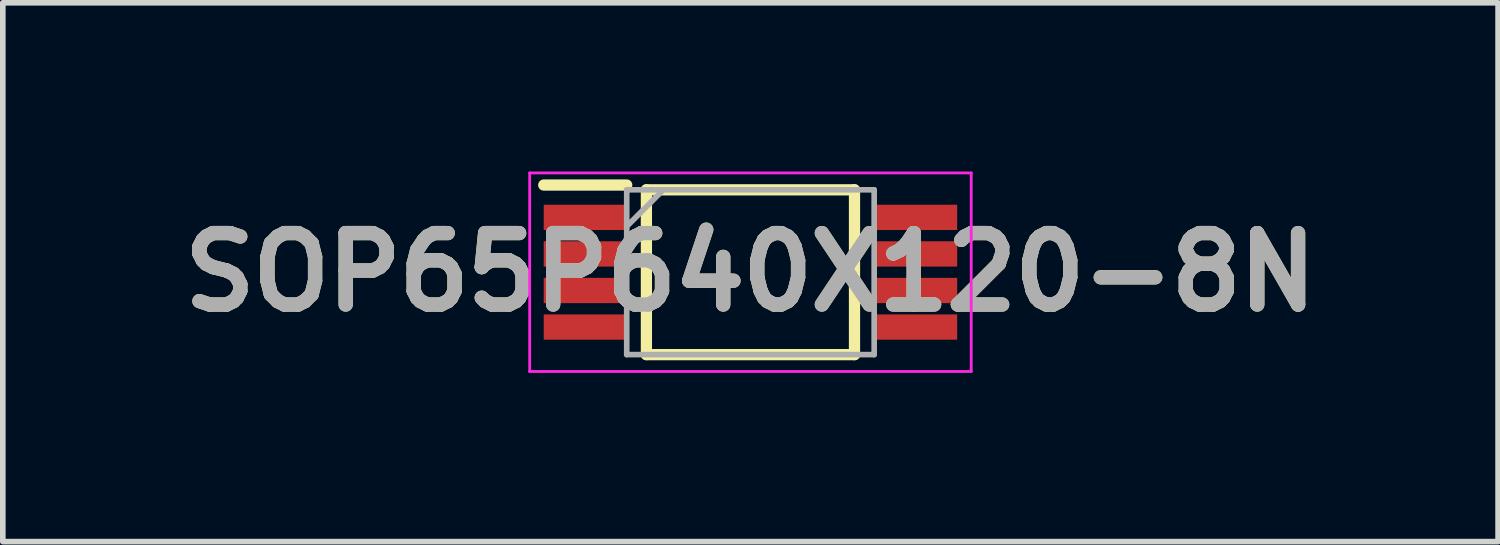
<source format=kicad_pcb>
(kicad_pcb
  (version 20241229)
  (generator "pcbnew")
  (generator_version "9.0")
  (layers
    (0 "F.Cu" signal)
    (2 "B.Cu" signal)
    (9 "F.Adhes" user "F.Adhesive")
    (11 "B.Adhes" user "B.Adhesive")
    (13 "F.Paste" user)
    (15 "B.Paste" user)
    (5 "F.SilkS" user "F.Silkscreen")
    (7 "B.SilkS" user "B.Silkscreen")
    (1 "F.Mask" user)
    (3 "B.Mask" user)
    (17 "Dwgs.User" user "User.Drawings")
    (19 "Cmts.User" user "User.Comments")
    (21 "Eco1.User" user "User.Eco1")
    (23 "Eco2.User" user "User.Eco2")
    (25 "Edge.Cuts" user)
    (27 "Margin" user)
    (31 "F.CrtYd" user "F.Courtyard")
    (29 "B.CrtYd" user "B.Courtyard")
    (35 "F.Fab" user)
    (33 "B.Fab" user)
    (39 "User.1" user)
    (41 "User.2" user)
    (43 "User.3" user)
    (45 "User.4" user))
  (footprint "SOP65P640X120-8N"
    (layer "F.Cu")
    (at 10.293 1.79)
    (property "Reference" "SOP65P640X120-8N" (at 0 0 0) (layer "F.SilkS") (effects (font (size 1.27 1.27) (thickness 0.254))))
    (attr smd)
    (fp_line (start -3.675 -1.55) (end -2.2 -1.55) (stroke (width 0.2) (type solid)) (layer "F.SilkS"))
    (fp_line (start -1.85 -1.465) (end 1.85 -1.465) (stroke (width 0.2) (type solid)) (layer "F.SilkS"))
    (fp_line (start -1.85 1.465) (end -1.85 -1.465) (stroke (width 0.2) (type solid)) (layer "F.SilkS"))
    (fp_line (start 1.85 -1.465) (end 1.85 1.465) (stroke (width 0.2) (type solid)) (layer "F.SilkS"))
    (fp_line (start 1.85 1.465) (end -1.85 1.465) (stroke (width 0.2) (type solid)) (layer "F.SilkS"))
    (fp_line (start -3.925 -1.765) (end 3.925 -1.765) (stroke (width 0.05) (type solid)) (layer "F.CrtYd"))
    (fp_line (start -3.925 1.765) (end -3.925 -1.765) (stroke (width 0.05) (type solid)) (layer "F.CrtYd"))
    (fp_line (start 3.925 -1.765) (end 3.925 1.765) (stroke (width 0.05) (type solid)) (layer "F.CrtYd"))
    (fp_line (start 3.925 1.765) (end -3.925 1.765) (stroke (width 0.05) (type solid)) (layer "F.CrtYd"))
    (fp_line (start -2.2 -1.465) (end 2.2 -1.465) (stroke (width 0.1) (type solid)) (layer "F.Fab"))
    (fp_line (start -2.2 -0.815) (end -1.55 -1.465) (stroke (width 0.1) (type solid)) (layer "F.Fab"))
    (fp_line (start -2.2 1.465) (end -2.2 -1.465) (stroke (width 0.1) (type solid)) (layer "F.Fab"))
    (fp_line (start 2.2 -1.465) (end 2.2 1.465) (stroke (width 0.1) (type solid)) (layer "F.Fab"))
    (fp_line (start 2.2 1.465) (end -2.2 1.465) (stroke (width 0.1) (type solid)) (layer "F.Fab"))
    (fp_text user "${REFERENCE}" (at 0 0 0) (layer "F.Fab") (effects (font (size 1.27 1.27) (thickness 0.254))))
    (pad "1" smd rect (at -2.938 -0.975 90) (size 0.45 1.475) (layers "F.Cu" "F.Mask" "F.Paste"))
    (pad "2" smd rect (at -2.938 -0.325 90) (size 0.45 1.475) (layers "F.Cu" "F.Mask" "F.Paste"))
    (pad "3" smd rect (at -2.938 0.325 90) (size 0.45 1.475) (layers "F.Cu" "F.Mask" "F.Paste"))
    (pad "4" smd rect (at -2.938 0.975 90) (size 0.45 1.475) (layers "F.Cu" "F.Mask" "F.Paste"))
    (pad "5" smd rect (at 2.938 0.975 90) (size 0.45 1.475) (layers "F.Cu" "F.Mask" "F.Paste"))
    (pad "6" smd rect (at 2.938 0.325 90) (size 0.45 1.475) (layers "F.Cu" "F.Mask" "F.Paste"))
    (pad "7" smd rect (at 2.938 -0.325 90) (size 0.45 1.475) (layers "F.Cu" "F.Mask" "F.Paste"))
    (pad "8" smd rect (at 2.938 -0.975 90) (size 0.45 1.475) (layers "F.Cu" "F.Mask" "F.Paste")))
  (gr_rect
    (start -3 -3)
    (end 23.586 6.58)
    (stroke (width 0.1) (type default))
    (fill no)
    (layer "Edge.Cuts")))
</source>
